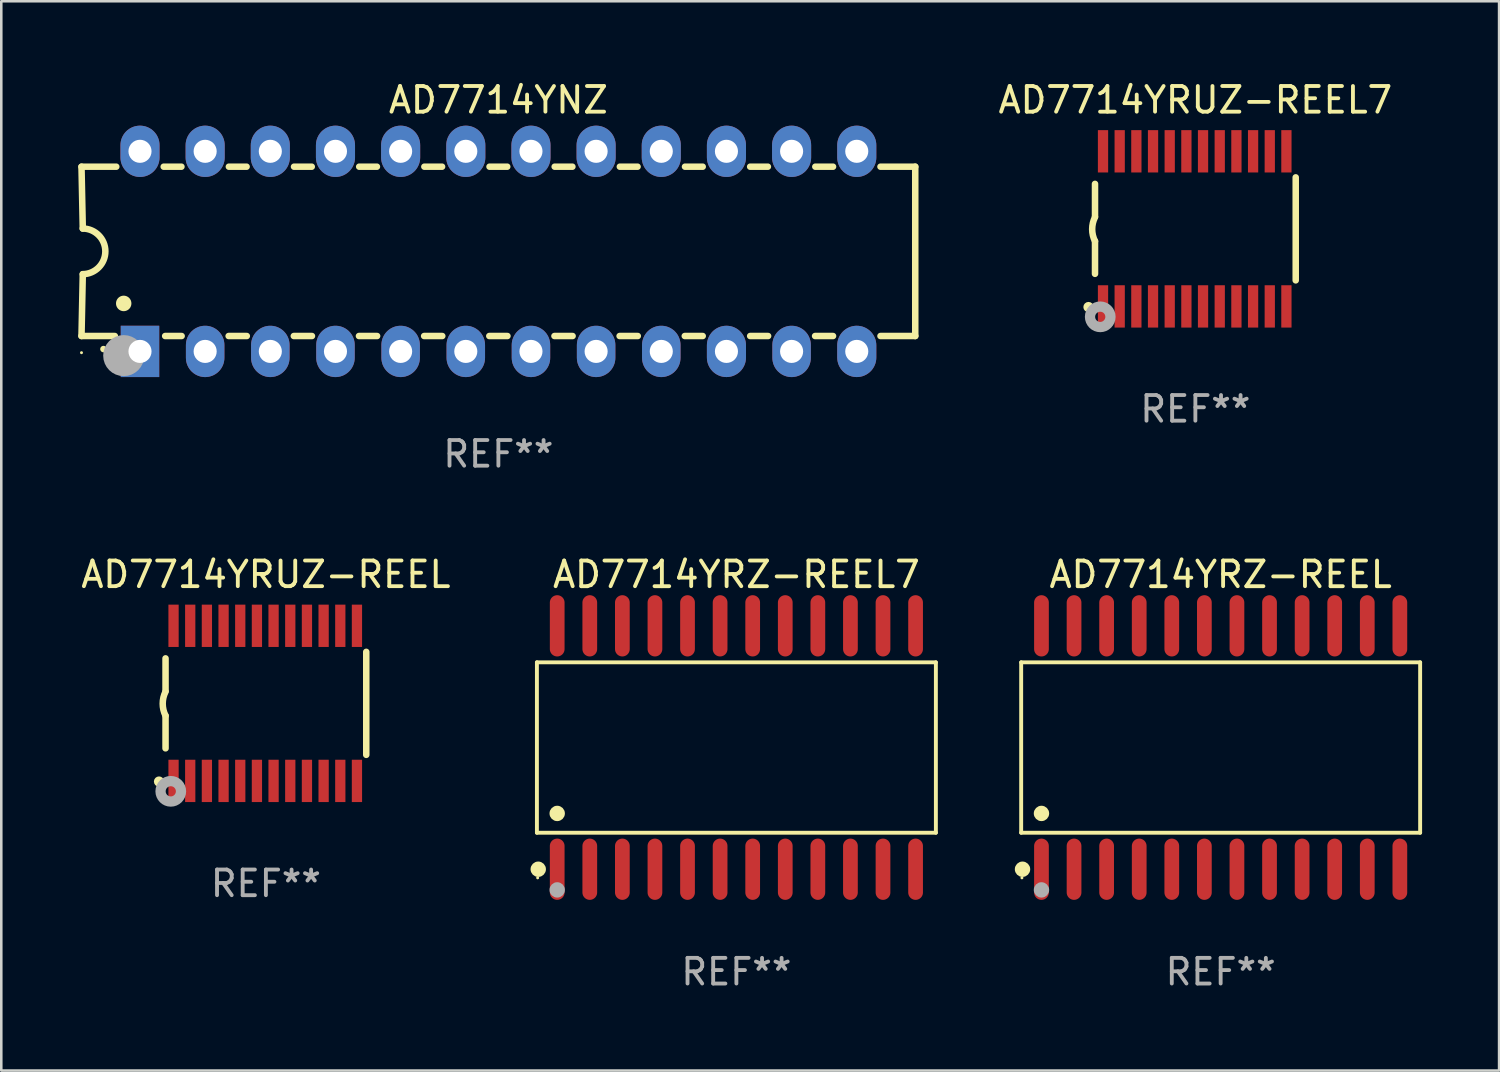
<source format=kicad_pcb>
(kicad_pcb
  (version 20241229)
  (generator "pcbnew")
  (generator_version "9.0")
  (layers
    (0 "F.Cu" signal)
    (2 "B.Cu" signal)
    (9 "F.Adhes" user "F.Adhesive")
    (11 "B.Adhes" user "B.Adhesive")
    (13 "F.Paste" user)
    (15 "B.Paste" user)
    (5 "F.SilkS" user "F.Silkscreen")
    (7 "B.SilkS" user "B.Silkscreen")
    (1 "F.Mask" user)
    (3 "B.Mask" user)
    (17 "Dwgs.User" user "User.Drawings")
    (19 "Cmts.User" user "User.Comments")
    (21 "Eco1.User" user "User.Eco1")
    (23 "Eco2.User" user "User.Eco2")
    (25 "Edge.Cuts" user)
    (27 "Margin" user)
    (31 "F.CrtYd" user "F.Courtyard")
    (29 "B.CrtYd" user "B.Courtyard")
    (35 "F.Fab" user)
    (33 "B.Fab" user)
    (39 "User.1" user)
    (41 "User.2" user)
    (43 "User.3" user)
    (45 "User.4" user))
  (footprint "AD7714YNZ"
    (layer "F.Cu")
    (at 16.377 6.748)
    (property "Reference" "AD7714YNZ" (at 0 -5.9 0) (layer "F.SilkS") (effects (font (size 1 1) (thickness 0.15))))
    (attr through_hole)
    (fp_line (start -16.25 -3.3) (end -16.2 -0.889) (stroke (width 0.254) (type solid)) (layer "F.SilkS"))
    (fp_line (start -16.25 -3.3) (end -14.895 -3.3) (stroke (width 0.254) (type solid)) (layer "F.SilkS"))
    (fp_line (start -16.25 3.3) (end -16.2 0.889) (stroke (width 0.254) (type solid)) (layer "F.SilkS"))
    (fp_line (start -16.25 3.3) (end -14.951 3.3) (stroke (width 0.254) (type solid)) (layer "F.SilkS"))
    (fp_line (start -13.045 -3.3) (end -12.355 -3.3) (stroke (width 0.254) (type solid)) (layer "F.SilkS"))
    (fp_line (start -12.989 3.3) (end -12.347 3.3) (stroke (width 0.254) (type solid)) (layer "F.SilkS"))
    (fp_line (start -10.514 3.3) (end -9.807 3.3) (stroke (width 0.254) (type solid)) (layer "F.SilkS"))
    (fp_line (start -10.505 -3.3) (end -9.815 -3.3) (stroke (width 0.254) (type solid)) (layer "F.SilkS"))
    (fp_line (start -7.974 3.3) (end -7.267 3.3) (stroke (width 0.254) (type solid)) (layer "F.SilkS"))
    (fp_line (start -7.965 -3.3) (end -7.275 -3.3) (stroke (width 0.254) (type solid)) (layer "F.SilkS"))
    (fp_line (start -5.434 3.3) (end -4.727 3.3) (stroke (width 0.254) (type solid)) (layer "F.SilkS"))
    (fp_line (start -5.425 -3.3) (end -4.735 -3.3) (stroke (width 0.254) (type solid)) (layer "F.SilkS"))
    (fp_line (start -2.894 3.3) (end -2.187 3.3) (stroke (width 0.254) (type solid)) (layer "F.SilkS"))
    (fp_line (start -2.885 -3.3) (end -2.195 -3.3) (stroke (width 0.254) (type solid)) (layer "F.SilkS"))
    (fp_line (start -0.354 3.3) (end 0.353 3.3) (stroke (width 0.254) (type solid)) (layer "F.SilkS"))
    (fp_line (start -0.345 -3.3) (end 0.345 -3.3) (stroke (width 0.254) (type solid)) (layer "F.SilkS"))
    (fp_line (start 2.186 3.3) (end 2.893 3.3) (stroke (width 0.254) (type solid)) (layer "F.SilkS"))
    (fp_line (start 2.195 -3.3) (end 2.885 -3.3) (stroke (width 0.254) (type solid)) (layer "F.SilkS"))
    (fp_line (start 4.726 3.3) (end 5.434 3.3) (stroke (width 0.254) (type solid)) (layer "F.SilkS"))
    (fp_line (start 4.735 -3.3) (end 5.425 -3.3) (stroke (width 0.254) (type solid)) (layer "F.SilkS"))
    (fp_line (start 7.266 3.3) (end 7.965 3.3) (stroke (width 0.254) (type solid)) (layer "F.SilkS"))
    (fp_line (start 7.275 -3.3) (end 7.965 -3.3) (stroke (width 0.254) (type solid)) (layer "F.SilkS"))
    (fp_line (start 9.815 -3.3) (end 10.505 -3.3) (stroke (width 0.254) (type solid)) (layer "F.SilkS"))
    (fp_line (start 9.815 3.3) (end 10.514 3.3) (stroke (width 0.254) (type solid)) (layer "F.SilkS"))
    (fp_line (start 12.346 3.3) (end 13.045 3.3) (stroke (width 0.254) (type solid)) (layer "F.SilkS"))
    (fp_line (start 12.355 -3.3) (end 13.045 -3.3) (stroke (width 0.254) (type solid)) (layer "F.SilkS"))
    (fp_line (start 16.25 -3.3) (end 14.895 -3.3) (stroke (width 0.254) (type solid)) (layer "F.SilkS"))
    (fp_line (start 16.25 -3.3) (end 16.25 3.3) (stroke (width 0.254) (type solid)) (layer "F.SilkS"))
    (fp_line (start 16.25 3.3) (end 14.895 3.3) (stroke (width 0.254) (type solid)) (layer "F.SilkS"))
    (fp_arc (start -16.201016 -0.890146) (mid -15.311429 -0.001055) (end -16.200025 0.889027) (stroke (width 0.254001) (type solid)) (layer "F.SilkS"))
    (fp_arc (start -15.394971 3.810033) (mid -15.394978 3.808763) (end -15.394971 3.807493) (stroke (width 0.25) (type solid)) (layer "F.SilkS"))
    (fp_arc (start -14.605029 2.032029) (mid -14.60504 2.029489) (end -14.605029 2.026949) (stroke (width 0.6) (type solid)) (layer "F.SilkS"))
    (fp_circle (center -16.25 3.95) (end -16.22 3.95) (stroke (width 0.06) (type solid)) (fill no) (layer "F.SilkS"))
    (fp_circle (center -14.605 4.064) (end -14.205 4.064) (stroke (width 0.8) (type solid)) (fill no) (layer "F.Fab"))
    (fp_text user "REF**" (at 0 7.9 0) (layer "F.Fab") (effects (font (size 1 1) (thickness 0.15))))
    (pad "1" thru_hole rect (at -13.97 3.9 90) (size 2 1.5) (drill 0.9) (layers "*.Cu" "*.Mask"))
    (pad "2" thru_hole oval (at -11.43 3.9 90) (size 2 1.5) (drill 0.9) (layers "*.Cu" "*.Mask"))
    (pad "3" thru_hole oval (at -8.89 3.9 90) (size 2 1.5) (drill 0.9) (layers "*.Cu" "*.Mask"))
    (pad "4" thru_hole oval (at -6.35 3.9 90) (size 2 1.5) (drill 0.9) (layers "*.Cu" "*.Mask"))
    (pad "5" thru_hole oval (at -3.81 3.9 90) (size 2 1.5) (drill 0.9) (layers "*.Cu" "*.Mask"))
    (pad "6" thru_hole oval (at -1.27 3.9 90) (size 2 1.5) (drill 0.9) (layers "*.Cu" "*.Mask"))
    (pad "7" thru_hole oval (at 1.27 3.9 90) (size 2 1.5) (drill 0.9) (layers "*.Cu" "*.Mask"))
    (pad "8" thru_hole oval (at 3.81 3.9 90) (size 2 1.5) (drill 0.9) (layers "*.Cu" "*.Mask"))
    (pad "9" thru_hole oval (at 6.35 3.9 90) (size 2 1.5) (drill 0.9) (layers "*.Cu" "*.Mask"))
    (pad "10" thru_hole oval (at 8.89 3.9 90) (size 2 1.524) (drill 0.9) (layers "*.Cu" "*.Mask"))
    (pad "11" thru_hole oval (at 11.43 3.9 90) (size 2 1.5) (drill 0.9) (layers "*.Cu" "*.Mask"))
    (pad "12" thru_hole oval (at 13.97 3.9 90) (size 2 1.524) (drill 0.9) (layers "*.Cu" "*.Mask"))
    (pad "13" thru_hole oval (at 13.97 -3.9 90) (size 2 1.524) (drill 0.9) (layers "*.Cu" "*.Mask"))
    (pad "14" thru_hole oval (at 11.43 -3.9 90) (size 2 1.524) (drill 0.9) (layers "*.Cu" "*.Mask"))
    (pad "15" thru_hole oval (at 8.89 -3.9 90) (size 2 1.524) (drill 0.9) (layers "*.Cu" "*.Mask"))
    (pad "16" thru_hole oval (at 6.35 -3.9 90) (size 2 1.524) (drill 0.9) (layers "*.Cu" "*.Mask"))
    (pad "17" thru_hole oval (at 3.81 -3.9 90) (size 2 1.524) (drill 0.9) (layers "*.Cu" "*.Mask"))
    (pad "18" thru_hole oval (at 1.27 -3.9 90) (size 2 1.524) (drill 0.9) (layers "*.Cu" "*.Mask"))
    (pad "19" thru_hole oval (at -1.27 -3.9 90) (size 2 1.524) (drill 0.9) (layers "*.Cu" "*.Mask"))
    (pad "20" thru_hole oval (at -3.81 -3.9 90) (size 2 1.524) (drill 0.9) (layers "*.Cu" "*.Mask"))
    (pad "21" thru_hole oval (at -6.35 -3.9 90) (size 2 1.524) (drill 0.9) (layers "*.Cu" "*.Mask"))
    (pad "22" thru_hole oval (at -8.89 -3.9 90) (size 2 1.524) (drill 0.9) (layers "*.Cu" "*.Mask"))
    (pad "23" thru_hole oval (at -11.43 -3.9 90) (size 2 1.524) (drill 0.9) (layers "*.Cu" "*.Mask"))
    (pad "24" thru_hole oval (at -13.97 -3.9 90) (size 2 1.524) (drill 0.9) (layers "*.Cu" "*.Mask")))
  (footprint "AD7714YRUZ-REEL"
    (layer "F.Cu")
    (at 7.315 24.367)
    (property "Reference" "AD7714YRUZ-REEL" (at 0 -5.023 0) (layer "F.SilkS") (effects (font (size 1 1) (thickness 0.15))))
    (attr through_hole)
    (fp_line (start -3.912 -0.483) (end -3.912 -1.753) (stroke (width 0.254) (type solid)) (layer "F.SilkS"))
    (fp_line (start -3.912 1.753) (end -3.912 0.483) (stroke (width 0.254) (type solid)) (layer "F.SilkS"))
    (fp_line (start 3.912 -2.007) (end 3.912 2.007) (stroke (width 0.254) (type solid)) (layer "F.SilkS"))
    (fp_arc (start -3.911608 0.482601) (mid -4.022537 0.0127) (end -3.911608 -0.457201) (stroke (width 0.254001) (type solid)) (layer "F.SilkS"))
    (fp_circle (center -4.166 3.048) (end -4.066 3.048) (stroke (width 0.2) (type solid)) (fill no) (layer "F.SilkS"))
    (fp_circle (center -3.925 3.186) (end -3.895 3.186) (stroke (width 0.06) (type solid)) (fill no) (layer "F.SilkS"))
    (fp_circle (center -3.708 3.429) (end -3.509 3.429) (stroke (width 0.4) (type solid)) (fill no) (layer "F.Fab"))
    (fp_text user "REF**" (at 0 7.023 0) (layer "F.Fab") (effects (font (size 1 1) (thickness 0.15))))
    (pad "1" smd rect (at -3.6 3.023) (size 0.4 1.65) (layers "F.Cu" "F.Mask" "F.Paste"))
    (pad "2" smd rect (at -2.95 3.023) (size 0.4 1.65) (layers "F.Cu" "F.Mask" "F.Paste"))
    (pad "3" smd rect (at -2.3 3.023) (size 0.4 1.65) (layers "F.Cu" "F.Mask" "F.Paste"))
    (pad "4" smd rect (at -1.65 3.023) (size 0.4 1.65) (layers "F.Cu" "F.Mask" "F.Paste"))
    (pad "5" smd rect (at -1 3.023) (size 0.4 1.65) (layers "F.Cu" "F.Mask" "F.Paste"))
    (pad "6" smd rect (at -0.35 3.023) (size 0.4 1.65) (layers "F.Cu" "F.Mask" "F.Paste"))
    (pad "7" smd rect (at 0.299 3.023) (size 0.4 1.65) (layers "F.Cu" "F.Mask" "F.Paste"))
    (pad "8" smd rect (at 0.95 3.023) (size 0.4 1.65) (layers "F.Cu" "F.Mask" "F.Paste"))
    (pad "9" smd rect (at 1.6 3.023) (size 0.4 1.65) (layers "F.Cu" "F.Mask" "F.Paste"))
    (pad "10" smd rect (at 2.25 3.023) (size 0.4 1.65) (layers "F.Cu" "F.Mask" "F.Paste"))
    (pad "11" smd rect (at 2.9 3.023) (size 0.4 1.65) (layers "F.Cu" "F.Mask" "F.Paste"))
    (pad "12" smd rect (at 3.549 3.023) (size 0.4 1.65) (layers "F.Cu" "F.Mask" "F.Paste"))
    (pad "13" smd rect (at 3.549 -3.023) (size 0.4 1.65) (layers "F.Cu" "F.Mask" "F.Paste"))
    (pad "14" smd rect (at 2.9 -3.023) (size 0.4 1.65) (layers "F.Cu" "F.Mask" "F.Paste"))
    (pad "15" smd rect (at 2.25 -3.023) (size 0.4 1.65) (layers "F.Cu" "F.Mask" "F.Paste"))
    (pad "16" smd rect (at 1.6 -3.023) (size 0.4 1.65) (layers "F.Cu" "F.Mask" "F.Paste"))
    (pad "17" smd rect (at 0.95 -3.023) (size 0.4 1.65) (layers "F.Cu" "F.Mask" "F.Paste"))
    (pad "18" smd rect (at 0.299 -3.023) (size 0.4 1.65) (layers "F.Cu" "F.Mask" "F.Paste"))
    (pad "19" smd rect (at -0.35 -3.023) (size 0.4 1.65) (layers "F.Cu" "F.Mask" "F.Paste"))
    (pad "20" smd rect (at -1 -3.023) (size 0.4 1.65) (layers "F.Cu" "F.Mask" "F.Paste"))
    (pad "21" smd rect (at -1.65 -3.023) (size 0.4 1.65) (layers "F.Cu" "F.Mask" "F.Paste"))
    (pad "22" smd rect (at -2.3 -3.023) (size 0.4 1.65) (layers "F.Cu" "F.Mask" "F.Paste"))
    (pad "23" smd rect (at -2.95 -3.023) (size 0.4 1.65) (layers "F.Cu" "F.Mask" "F.Paste"))
    (pad "24" smd rect (at -3.6 -3.023) (size 0.4 1.65) (layers "F.Cu" "F.Mask" "F.Paste")))
  (footprint "AD7714YRUZ-REEL7"
    (layer "F.Cu")
    (at 43.546 5.871)
    (property "Reference" "AD7714YRUZ-REEL7" (at 0 -5.023 0) (layer "F.SilkS") (effects (font (size 1 1) (thickness 0.15))))
    (attr through_hole)
    (fp_line (start -3.912 -0.483) (end -3.912 -1.753) (stroke (width 0.254) (type solid)) (layer "F.SilkS"))
    (fp_line (start -3.912 1.753) (end -3.912 0.483) (stroke (width 0.254) (type solid)) (layer "F.SilkS"))
    (fp_line (start 3.912 -2.007) (end 3.912 2.007) (stroke (width 0.254) (type solid)) (layer "F.SilkS"))
    (fp_arc (start -3.911608 0.482601) (mid -4.022537 0.0127) (end -3.911608 -0.457201) (stroke (width 0.254001) (type solid)) (layer "F.SilkS"))
    (fp_circle (center -4.166 3.048) (end -4.066 3.048) (stroke (width 0.2) (type solid)) (fill no) (layer "F.SilkS"))
    (fp_circle (center -3.925 3.186) (end -3.895 3.186) (stroke (width 0.06) (type solid)) (fill no) (layer "F.SilkS"))
    (fp_circle (center -3.708 3.429) (end -3.509 3.429) (stroke (width 0.4) (type solid)) (fill no) (layer "F.Fab"))
    (fp_text user "REF**" (at 0 7.023 0) (layer "F.Fab") (effects (font (size 1 1) (thickness 0.15))))
    (pad "1" smd rect (at -3.6 3.023) (size 0.4 1.65) (layers "F.Cu" "F.Mask" "F.Paste"))
    (pad "2" smd rect (at -2.95 3.023) (size 0.4 1.65) (layers "F.Cu" "F.Mask" "F.Paste"))
    (pad "3" smd rect (at -2.3 3.023) (size 0.4 1.65) (layers "F.Cu" "F.Mask" "F.Paste"))
    (pad "4" smd rect (at -1.65 3.023) (size 0.4 1.65) (layers "F.Cu" "F.Mask" "F.Paste"))
    (pad "5" smd rect (at -1 3.023) (size 0.4 1.65) (layers "F.Cu" "F.Mask" "F.Paste"))
    (pad "6" smd rect (at -0.35 3.023) (size 0.4 1.65) (layers "F.Cu" "F.Mask" "F.Paste"))
    (pad "7" smd rect (at 0.299 3.023) (size 0.4 1.65) (layers "F.Cu" "F.Mask" "F.Paste"))
    (pad "8" smd rect (at 0.95 3.023) (size 0.4 1.65) (layers "F.Cu" "F.Mask" "F.Paste"))
    (pad "9" smd rect (at 1.6 3.023) (size 0.4 1.65) (layers "F.Cu" "F.Mask" "F.Paste"))
    (pad "10" smd rect (at 2.25 3.023) (size 0.4 1.65) (layers "F.Cu" "F.Mask" "F.Paste"))
    (pad "11" smd rect (at 2.9 3.023) (size 0.4 1.65) (layers "F.Cu" "F.Mask" "F.Paste"))
    (pad "12" smd rect (at 3.549 3.023) (size 0.4 1.65) (layers "F.Cu" "F.Mask" "F.Paste"))
    (pad "13" smd rect (at 3.549 -3.023) (size 0.4 1.65) (layers "F.Cu" "F.Mask" "F.Paste"))
    (pad "14" smd rect (at 2.9 -3.023) (size 0.4 1.65) (layers "F.Cu" "F.Mask" "F.Paste"))
    (pad "15" smd rect (at 2.25 -3.023) (size 0.4 1.65) (layers "F.Cu" "F.Mask" "F.Paste"))
    (pad "16" smd rect (at 1.6 -3.023) (size 0.4 1.65) (layers "F.Cu" "F.Mask" "F.Paste"))
    (pad "17" smd rect (at 0.95 -3.023) (size 0.4 1.65) (layers "F.Cu" "F.Mask" "F.Paste"))
    (pad "18" smd rect (at 0.299 -3.023) (size 0.4 1.65) (layers "F.Cu" "F.Mask" "F.Paste"))
    (pad "19" smd rect (at -0.35 -3.023) (size 0.4 1.65) (layers "F.Cu" "F.Mask" "F.Paste"))
    (pad "20" smd rect (at -1 -3.023) (size 0.4 1.65) (layers "F.Cu" "F.Mask" "F.Paste"))
    (pad "21" smd rect (at -1.65 -3.023) (size 0.4 1.65) (layers "F.Cu" "F.Mask" "F.Paste"))
    (pad "22" smd rect (at -2.3 -3.023) (size 0.4 1.65) (layers "F.Cu" "F.Mask" "F.Paste"))
    (pad "23" smd rect (at -2.95 -3.023) (size 0.4 1.65) (layers "F.Cu" "F.Mask" "F.Paste"))
    (pad "24" smd rect (at -3.6 -3.023) (size 0.4 1.65) (layers "F.Cu" "F.Mask" "F.Paste")))
  (footprint "AD7714YRZ-REEL7"
    (layer "F.Cu")
    (at 25.655 26.089)
    (property "Reference" "AD7714YRZ-REEL7" (at 0 -6.744 0) (layer "F.SilkS") (effects (font (size 1 1) (thickness 0.15))))
    (attr through_hole)
    (fp_line (start -7.776 -3.321) (end 7.776 -3.321) (stroke (width 0.152) (type solid)) (layer "F.SilkS"))
    (fp_line (start -7.776 3.321) (end -7.776 -3.321) (stroke (width 0.152) (type solid)) (layer "F.SilkS"))
    (fp_line (start 7.776 -3.321) (end 7.776 3.321) (stroke (width 0.152) (type solid)) (layer "F.SilkS"))
    (fp_line (start 7.776 3.321) (end -7.776 3.321) (stroke (width 0.152) (type solid)) (layer "F.SilkS"))
    (fp_circle (center -7.747 5.08) (end -7.717 5.08) (stroke (width 0.06) (type solid)) (fill no) (layer "F.SilkS"))
    (fp_circle (center -7.724 4.744) (end -7.574 4.744) (stroke (width 0.3) (type solid)) (fill no) (layer "F.SilkS"))
    (fp_circle (center -6.985 2.569) (end -6.835 2.569) (stroke (width 0.3) (type solid)) (fill no) (layer "F.SilkS"))
    (fp_circle (center -6.985 5.55) (end -6.835 5.55) (stroke (width 0.3) (type solid)) (fill no) (layer "F.Fab"))
    (fp_text user "REF**" (at 0 8.744 0) (layer "F.Fab") (effects (font (size 1 1) (thickness 0.15))))
    (pad "1" smd oval (at -6.985 4.744) (size 0.574 2.388) (layers "F.Cu" "F.Mask" "F.Paste"))
    (pad "2" smd oval (at -5.715 4.744) (size 0.574 2.388) (layers "F.Cu" "F.Mask" "F.Paste"))
    (pad "3" smd oval (at -4.445 4.744) (size 0.574 2.388) (layers "F.Cu" "F.Mask" "F.Paste"))
    (pad "4" smd oval (at -3.175 4.744) (size 0.574 2.388) (layers "F.Cu" "F.Mask" "F.Paste"))
    (pad "5" smd oval (at -1.905 4.744) (size 0.574 2.388) (layers "F.Cu" "F.Mask" "F.Paste"))
    (pad "6" smd oval (at -0.635 4.744) (size 0.574 2.388) (layers "F.Cu" "F.Mask" "F.Paste"))
    (pad "7" smd oval (at 0.635 4.744) (size 0.574 2.388) (layers "F.Cu" "F.Mask" "F.Paste"))
    (pad "8" smd oval (at 1.905 4.744) (size 0.574 2.388) (layers "F.Cu" "F.Mask" "F.Paste"))
    (pad "9" smd oval (at 3.175 4.744) (size 0.574 2.388) (layers "F.Cu" "F.Mask" "F.Paste"))
    (pad "10" smd oval (at 4.445 4.744) (size 0.574 2.388) (layers "F.Cu" "F.Mask" "F.Paste"))
    (pad "11" smd oval (at 5.715 4.744) (size 0.574 2.388) (layers "F.Cu" "F.Mask" "F.Paste"))
    (pad "12" smd oval (at 6.985 4.744) (size 0.574 2.388) (layers "F.Cu" "F.Mask" "F.Paste"))
    (pad "13" smd oval (at 6.985 -4.744) (size 0.574 2.388) (layers "F.Cu" "F.Mask" "F.Paste"))
    (pad "14" smd oval (at 5.715 -4.744) (size 0.574 2.388) (layers "F.Cu" "F.Mask" "F.Paste"))
    (pad "15" smd oval (at 4.445 -4.744) (size 0.574 2.388) (layers "F.Cu" "F.Mask" "F.Paste"))
    (pad "16" smd oval (at 3.175 -4.744) (size 0.574 2.388) (layers "F.Cu" "F.Mask" "F.Paste"))
    (pad "17" smd oval (at 1.905 -4.744) (size 0.574 2.388) (layers "F.Cu" "F.Mask" "F.Paste"))
    (pad "18" smd oval (at 0.635 -4.744) (size 0.574 2.388) (layers "F.Cu" "F.Mask" "F.Paste"))
    (pad "19" smd oval (at -0.635 -4.744) (size 0.574 2.388) (layers "F.Cu" "F.Mask" "F.Paste"))
    (pad "20" smd oval (at -1.905 -4.744) (size 0.574 2.388) (layers "F.Cu" "F.Mask" "F.Paste"))
    (pad "21" smd oval (at -3.175 -4.744) (size 0.574 2.388) (layers "F.Cu" "F.Mask" "F.Paste"))
    (pad "22" smd oval (at -4.445 -4.744) (size 0.574 2.388) (layers "F.Cu" "F.Mask" "F.Paste"))
    (pad "23" smd oval (at -5.715 -4.744) (size 0.574 2.388) (layers "F.Cu" "F.Mask" "F.Paste"))
    (pad "24" smd oval (at -6.985 -4.744) (size 0.574 2.388) (layers "F.Cu" "F.Mask" "F.Paste")))
  (footprint "AD7714YRZ-REEL"
    (layer "F.Cu")
    (at 44.532 26.089)
    (property "Reference" "AD7714YRZ-REEL" (at 0 -6.744 0) (layer "F.SilkS") (effects (font (size 1 1) (thickness 0.15))))
    (attr through_hole)
    (fp_line (start -7.776 -3.321) (end 7.776 -3.321) (stroke (width 0.152) (type solid)) (layer "F.SilkS"))
    (fp_line (start -7.776 3.321) (end -7.776 -3.321) (stroke (width 0.152) (type solid)) (layer "F.SilkS"))
    (fp_line (start 7.776 -3.321) (end 7.776 3.321) (stroke (width 0.152) (type solid)) (layer "F.SilkS"))
    (fp_line (start 7.776 3.321) (end -7.776 3.321) (stroke (width 0.152) (type solid)) (layer "F.SilkS"))
    (fp_circle (center -7.747 5.08) (end -7.717 5.08) (stroke (width 0.06) (type solid)) (fill no) (layer "F.SilkS"))
    (fp_circle (center -7.724 4.744) (end -7.574 4.744) (stroke (width 0.3) (type solid)) (fill no) (layer "F.SilkS"))
    (fp_circle (center -6.985 2.569) (end -6.835 2.569) (stroke (width 0.3) (type solid)) (fill no) (layer "F.SilkS"))
    (fp_circle (center -6.985 5.55) (end -6.835 5.55) (stroke (width 0.3) (type solid)) (fill no) (layer "F.Fab"))
    (fp_text user "REF**" (at 0 8.744 0) (layer "F.Fab") (effects (font (size 1 1) (thickness 0.15))))
    (pad "1" smd oval (at -6.985 4.744) (size 0.574 2.388) (layers "F.Cu" "F.Mask" "F.Paste"))
    (pad "2" smd oval (at -5.715 4.744) (size 0.574 2.388) (layers "F.Cu" "F.Mask" "F.Paste"))
    (pad "3" smd oval (at -4.445 4.744) (size 0.574 2.388) (layers "F.Cu" "F.Mask" "F.Paste"))
    (pad "4" smd oval (at -3.175 4.744) (size 0.574 2.388) (layers "F.Cu" "F.Mask" "F.Paste"))
    (pad "5" smd oval (at -1.905 4.744) (size 0.574 2.388) (layers "F.Cu" "F.Mask" "F.Paste"))
    (pad "6" smd oval (at -0.635 4.744) (size 0.574 2.388) (layers "F.Cu" "F.Mask" "F.Paste"))
    (pad "7" smd oval (at 0.635 4.744) (size 0.574 2.388) (layers "F.Cu" "F.Mask" "F.Paste"))
    (pad "8" smd oval (at 1.905 4.744) (size 0.574 2.388) (layers "F.Cu" "F.Mask" "F.Paste"))
    (pad "9" smd oval (at 3.175 4.744) (size 0.574 2.388) (layers "F.Cu" "F.Mask" "F.Paste"))
    (pad "10" smd oval (at 4.445 4.744) (size 0.574 2.388) (layers "F.Cu" "F.Mask" "F.Paste"))
    (pad "11" smd oval (at 5.715 4.744) (size 0.574 2.388) (layers "F.Cu" "F.Mask" "F.Paste"))
    (pad "12" smd oval (at 6.985 4.744) (size 0.574 2.388) (layers "F.Cu" "F.Mask" "F.Paste"))
    (pad "13" smd oval (at 6.985 -4.744) (size 0.574 2.388) (layers "F.Cu" "F.Mask" "F.Paste"))
    (pad "14" smd oval (at 5.715 -4.744) (size 0.574 2.388) (layers "F.Cu" "F.Mask" "F.Paste"))
    (pad "15" smd oval (at 4.445 -4.744) (size 0.574 2.388) (layers "F.Cu" "F.Mask" "F.Paste"))
    (pad "16" smd oval (at 3.175 -4.744) (size 0.574 2.388) (layers "F.Cu" "F.Mask" "F.Paste"))
    (pad "17" smd oval (at 1.905 -4.744) (size 0.574 2.388) (layers "F.Cu" "F.Mask" "F.Paste"))
    (pad "18" smd oval (at 0.635 -4.744) (size 0.574 2.388) (layers "F.Cu" "F.Mask" "F.Paste"))
    (pad "19" smd oval (at -0.635 -4.744) (size 0.574 2.388) (layers "F.Cu" "F.Mask" "F.Paste"))
    (pad "20" smd oval (at -1.905 -4.744) (size 0.574 2.388) (layers "F.Cu" "F.Mask" "F.Paste"))
    (pad "21" smd oval (at -3.175 -4.744) (size 0.574 2.388) (layers "F.Cu" "F.Mask" "F.Paste"))
    (pad "22" smd oval (at -4.445 -4.744) (size 0.574 2.388) (layers "F.Cu" "F.Mask" "F.Paste"))
    (pad "23" smd oval (at -5.715 -4.744) (size 0.574 2.388) (layers "F.Cu" "F.Mask" "F.Paste"))
    (pad "24" smd oval (at -6.985 -4.744) (size 0.574 2.388) (layers "F.Cu" "F.Mask" "F.Paste")))
  (gr_rect
    (start -3 -3)
    (end 55.385 38.681)
    (stroke (width 0.1) (type default))
    (fill no)
    (layer "Edge.Cuts")))
</source>
